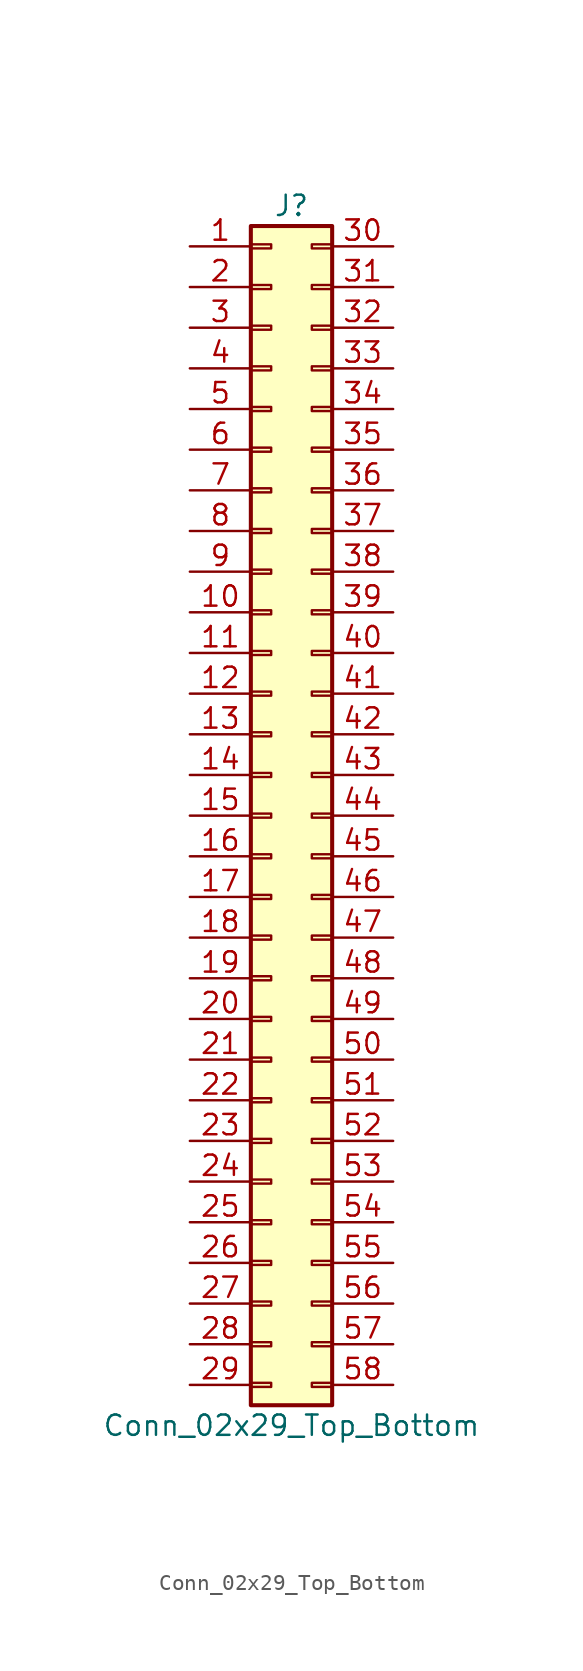
<source format=kicad_sym>
(kicad_symbol_lib
  (version 20211014)
  (generator kicad_symbol_editor)
  (symbol "Conn_02x29_Top_Bottom"
    (pin_names
      (offset 1.016) hide)
    (property "Reference" "J"
      (at 1.27 38.1 0)
      (effects (font (size 1.27 1.27))))
    (property "Value" "Conn_02x29_Top_Bottom"
      (at 1.27 -38.1 0)
      (effects (font (size 1.27 1.27))))
    (symbol "Conn_02x29_Top_Bottom_1_1"
      (rectangle (start -1.27 -35.433) (end 0 -35.687) (stroke (width 0.152) (type default) (color 0 0 0 0)) (fill (type none)))
      (rectangle (start -1.27 -32.893) (end 0 -33.147) (stroke (width 0.152) (type default) (color 0 0 0 0)) (fill (type none)))
      (rectangle (start -1.27 -30.353) (end 0 -30.607) (stroke (width 0.152) (type default) (color 0 0 0 0)) (fill (type none)))
      (rectangle (start -1.27 -27.813) (end 0 -28.067) (stroke (width 0.152) (type default) (color 0 0 0 0)) (fill (type none)))
      (rectangle (start -1.27 -25.273) (end 0 -25.527) (stroke (width 0.152) (type default) (color 0 0 0 0)) (fill (type none)))
      (rectangle (start -1.27 -22.733) (end 0 -22.987) (stroke (width 0.152) (type default) (color 0 0 0 0)) (fill (type none)))
      (rectangle (start -1.27 -20.193) (end 0 -20.447) (stroke (width 0.152) (type default) (color 0 0 0 0)) (fill (type none)))
      (rectangle (start -1.27 -17.653) (end 0 -17.907) (stroke (width 0.152) (type default) (color 0 0 0 0)) (fill (type none)))
      (rectangle (start -1.27 -15.113) (end 0 -15.367) (stroke (width 0.152) (type default) (color 0 0 0 0)) (fill (type none)))
      (rectangle (start -1.27 -12.573) (end 0 -12.827) (stroke (width 0.152) (type default) (color 0 0 0 0)) (fill (type none)))
      (rectangle (start -1.27 -10.033) (end 0 -10.287) (stroke (width 0.152) (type default) (color 0 0 0 0)) (fill (type none)))
      (rectangle (start -1.27 -7.493) (end 0 -7.747) (stroke (width 0.152) (type default) (color 0 0 0 0)) (fill (type none)))
      (rectangle (start -1.27 -4.953) (end 0 -5.207) (stroke (width 0.152) (type default) (color 0 0 0 0)) (fill (type none)))
      (rectangle (start -1.27 -2.413) (end 0 -2.667) (stroke (width 0.152) (type default) (color 0 0 0 0)) (fill (type none)))
      (rectangle (start -1.27 0.127) (end 0 -0.127) (stroke (width 0.152) (type default) (color 0 0 0 0)) (fill (type none)))
      (rectangle (start -1.27 2.667) (end 0 2.413) (stroke (width 0.152) (type default) (color 0 0 0 0)) (fill (type none)))
      (rectangle (start -1.27 5.207) (end 0 4.953) (stroke (width 0.152) (type default) (color 0 0 0 0)) (fill (type none)))
      (rectangle (start -1.27 7.747) (end 0 7.493) (stroke (width 0.152) (type default) (color 0 0 0 0)) (fill (type none)))
      (rectangle (start -1.27 10.287) (end 0 10.033) (stroke (width 0.152) (type default) (color 0 0 0 0)) (fill (type none)))
      (rectangle (start -1.27 12.827) (end 0 12.573) (stroke (width 0.152) (type default) (color 0 0 0 0)) (fill (type none)))
      (rectangle (start -1.27 15.367) (end 0 15.113) (stroke (width 0.152) (type default) (color 0 0 0 0)) (fill (type none)))
      (rectangle (start -1.27 17.907) (end 0 17.653) (stroke (width 0.152) (type default) (color 0 0 0 0)) (fill (type none)))
      (rectangle (start -1.27 20.447) (end 0 20.193) (stroke (width 0.152) (type default) (color 0 0 0 0)) (fill (type none)))
      (rectangle (start -1.27 22.987) (end 0 22.733) (stroke (width 0.152) (type default) (color 0 0 0 0)) (fill (type none)))
      (rectangle (start -1.27 25.527) (end 0 25.273) (stroke (width 0.152) (type default) (color 0 0 0 0)) (fill (type none)))
      (rectangle (start -1.27 28.067) (end 0 27.813) (stroke (width 0.152) (type default) (color 0 0 0 0)) (fill (type none)))
      (rectangle (start -1.27 30.607) (end 0 30.353) (stroke (width 0.152) (type default) (color 0 0 0 0)) (fill (type none)))
      (rectangle (start -1.27 33.147) (end 0 32.893) (stroke (width 0.152) (type default) (color 0 0 0 0)) (fill (type none)))
      (rectangle (start -1.27 35.687) (end 0 35.433) (stroke (width 0.152) (type default) (color 0 0 0 0)) (fill (type none)))
      (rectangle (start -1.27 36.83) (end 3.81 -36.83) (stroke (width 0.254) (type default) (color 0 0 0 0)) (fill (type background)))
      (rectangle (start 3.81 -35.433) (end 2.54 -35.687) (stroke (width 0.152) (type default) (color 0 0 0 0)) (fill (type none)))
      (rectangle (start 3.81 -32.893) (end 2.54 -33.147) (stroke (width 0.152) (type default) (color 0 0 0 0)) (fill (type none)))
      (rectangle (start 3.81 -30.353) (end 2.54 -30.607) (stroke (width 0.152) (type default) (color 0 0 0 0)) (fill (type none)))
      (rectangle (start 3.81 -27.813) (end 2.54 -28.067) (stroke (width 0.152) (type default) (color 0 0 0 0)) (fill (type none)))
      (rectangle (start 3.81 -25.273) (end 2.54 -25.527) (stroke (width 0.152) (type default) (color 0 0 0 0)) (fill (type none)))
      (rectangle (start 3.81 -22.733) (end 2.54 -22.987) (stroke (width 0.152) (type default) (color 0 0 0 0)) (fill (type none)))
      (rectangle (start 3.81 -20.193) (end 2.54 -20.447) (stroke (width 0.152) (type default) (color 0 0 0 0)) (fill (type none)))
      (rectangle (start 3.81 -17.653) (end 2.54 -17.907) (stroke (width 0.152) (type default) (color 0 0 0 0)) (fill (type none)))
      (rectangle (start 3.81 -15.113) (end 2.54 -15.367) (stroke (width 0.152) (type default) (color 0 0 0 0)) (fill (type none)))
      (rectangle (start 3.81 -12.573) (end 2.54 -12.827) (stroke (width 0.152) (type default) (color 0 0 0 0)) (fill (type none)))
      (rectangle (start 3.81 -10.033) (end 2.54 -10.287) (stroke (width 0.152) (type default) (color 0 0 0 0)) (fill (type none)))
      (rectangle (start 3.81 -7.493) (end 2.54 -7.747) (stroke (width 0.152) (type default) (color 0 0 0 0)) (fill (type none)))
      (rectangle (start 3.81 -4.953) (end 2.54 -5.207) (stroke (width 0.152) (type default) (color 0 0 0 0)) (fill (type none)))
      (rectangle (start 3.81 -2.413) (end 2.54 -2.667) (stroke (width 0.152) (type default) (color 0 0 0 0)) (fill (type none)))
      (rectangle (start 3.81 0.127) (end 2.54 -0.127) (stroke (width 0.152) (type default) (color 0 0 0 0)) (fill (type none)))
      (rectangle (start 3.81 2.667) (end 2.54 2.413) (stroke (width 0.152) (type default) (color 0 0 0 0)) (fill (type none)))
      (rectangle (start 3.81 5.207) (end 2.54 4.953) (stroke (width 0.152) (type default) (color 0 0 0 0)) (fill (type none)))
      (rectangle (start 3.81 7.747) (end 2.54 7.493) (stroke (width 0.152) (type default) (color 0 0 0 0)) (fill (type none)))
      (rectangle (start 3.81 10.287) (end 2.54 10.033) (stroke (width 0.152) (type default) (color 0 0 0 0)) (fill (type none)))
      (rectangle (start 3.81 12.827) (end 2.54 12.573) (stroke (width 0.152) (type default) (color 0 0 0 0)) (fill (type none)))
      (rectangle (start 3.81 15.367) (end 2.54 15.113) (stroke (width 0.152) (type default) (color 0 0 0 0)) (fill (type none)))
      (rectangle (start 3.81 17.907) (end 2.54 17.653) (stroke (width 0.152) (type default) (color 0 0 0 0)) (fill (type none)))
      (rectangle (start 3.81 20.447) (end 2.54 20.193) (stroke (width 0.152) (type default) (color 0 0 0 0)) (fill (type none)))
      (rectangle (start 3.81 22.987) (end 2.54 22.733) (stroke (width 0.152) (type default) (color 0 0 0 0)) (fill (type none)))
      (rectangle (start 3.81 25.527) (end 2.54 25.273) (stroke (width 0.152) (type default) (color 0 0 0 0)) (fill (type none)))
      (rectangle (start 3.81 28.067) (end 2.54 27.813) (stroke (width 0.152) (type default) (color 0 0 0 0)) (fill (type none)))
      (rectangle (start 3.81 30.607) (end 2.54 30.353) (stroke (width 0.152) (type default) (color 0 0 0 0)) (fill (type none)))
      (rectangle (start 3.81 33.147) (end 2.54 32.893) (stroke (width 0.152) (type default) (color 0 0 0 0)) (fill (type none)))
      (rectangle (start 3.81 35.687) (end 2.54 35.433) (stroke (width 0.152) (type default) (color 0 0 0 0)) (fill (type none)))
      (pin passive line (at -5.08 35.56 0) (length 3.81) (name "Pin_1" (effects (font (size 1.27 1.27)))) (number "1" (effects (font (size 1.27 1.27)))))
      (pin passive line (at -5.08 12.7 0) (length 3.81) (name "Pin_10" (effects (font (size 1.27 1.27)))) (number "10" (effects (font (size 1.27 1.27)))))
      (pin passive line (at -5.08 10.16 0) (length 3.81) (name "Pin_11" (effects (font (size 1.27 1.27)))) (number "11" (effects (font (size 1.27 1.27)))))
      (pin passive line (at -5.08 7.62 0) (length 3.81) (name "Pin_12" (effects (font (size 1.27 1.27)))) (number "12" (effects (font (size 1.27 1.27)))))
      (pin passive line (at -5.08 5.08 0) (length 3.81) (name "Pin_13" (effects (font (size 1.27 1.27)))) (number "13" (effects (font (size 1.27 1.27)))))
      (pin passive line (at -5.08 2.54 0) (length 3.81) (name "Pin_14" (effects (font (size 1.27 1.27)))) (number "14" (effects (font (size 1.27 1.27)))))
      (pin passive line (at -5.08 0 0) (length 3.81) (name "Pin_15" (effects (font (size 1.27 1.27)))) (number "15" (effects (font (size 1.27 1.27)))))
      (pin passive line (at -5.08 -2.54 0) (length 3.81) (name "Pin_16" (effects (font (size 1.27 1.27)))) (number "16" (effects (font (size 1.27 1.27)))))
      (pin passive line (at -5.08 -5.08 0) (length 3.81) (name "Pin_17" (effects (font (size 1.27 1.27)))) (number "17" (effects (font (size 1.27 1.27)))))
      (pin passive line (at -5.08 -7.62 0) (length 3.81) (name "Pin_18" (effects (font (size 1.27 1.27)))) (number "18" (effects (font (size 1.27 1.27)))))
      (pin passive line (at -5.08 -10.16 0) (length 3.81) (name "Pin_19" (effects (font (size 1.27 1.27)))) (number "19" (effects (font (size 1.27 1.27)))))
      (pin passive line (at -5.08 33.02 0) (length 3.81) (name "Pin_2" (effects (font (size 1.27 1.27)))) (number "2" (effects (font (size 1.27 1.27)))))
      (pin passive line (at -5.08 -12.7 0) (length 3.81) (name "Pin_20" (effects (font (size 1.27 1.27)))) (number "20" (effects (font (size 1.27 1.27)))))
      (pin passive line (at -5.08 -15.24 0) (length 3.81) (name "Pin_21" (effects (font (size 1.27 1.27)))) (number "21" (effects (font (size 1.27 1.27)))))
      (pin passive line (at -5.08 -17.78 0) (length 3.81) (name "Pin_22" (effects (font (size 1.27 1.27)))) (number "22" (effects (font (size 1.27 1.27)))))
      (pin passive line (at -5.08 -20.32 0) (length 3.81) (name "Pin_23" (effects (font (size 1.27 1.27)))) (number "23" (effects (font (size 1.27 1.27)))))
      (pin passive line (at -5.08 -22.86 0) (length 3.81) (name "Pin_24" (effects (font (size 1.27 1.27)))) (number "24" (effects (font (size 1.27 1.27)))))
      (pin passive line (at -5.08 -25.4 0) (length 3.81) (name "Pin_25" (effects (font (size 1.27 1.27)))) (number "25" (effects (font (size 1.27 1.27)))))
      (pin passive line (at -5.08 -27.94 0) (length 3.81) (name "Pin_26" (effects (font (size 1.27 1.27)))) (number "26" (effects (font (size 1.27 1.27)))))
      (pin passive line (at -5.08 -30.48 0) (length 3.81) (name "Pin_27" (effects (font (size 1.27 1.27)))) (number "27" (effects (font (size 1.27 1.27)))))
      (pin passive line (at -5.08 -33.02 0) (length 3.81) (name "Pin_28" (effects (font (size 1.27 1.27)))) (number "28" (effects (font (size 1.27 1.27)))))
      (pin passive line (at -5.08 -35.56 0) (length 3.81) (name "Pin_29" (effects (font (size 1.27 1.27)))) (number "29" (effects (font (size 1.27 1.27)))))
      (pin passive line (at -5.08 30.48 0) (length 3.81) (name "Pin_3" (effects (font (size 1.27 1.27)))) (number "3" (effects (font (size 1.27 1.27)))))
      (pin passive line (at 7.62 35.56 180) (length 3.81) (name "Pin_30" (effects (font (size 1.27 1.27)))) (number "30" (effects (font (size 1.27 1.27)))))
      (pin passive line (at 7.62 33.02 180) (length 3.81) (name "Pin_31" (effects (font (size 1.27 1.27)))) (number "31" (effects (font (size 1.27 1.27)))))
      (pin passive line (at 7.62 30.48 180) (length 3.81) (name "Pin_32" (effects (font (size 1.27 1.27)))) (number "32" (effects (font (size 1.27 1.27)))))
      (pin passive line (at 7.62 27.94 180) (length 3.81) (name "Pin_33" (effects (font (size 1.27 1.27)))) (number "33" (effects (font (size 1.27 1.27)))))
      (pin passive line (at 7.62 25.4 180) (length 3.81) (name "Pin_34" (effects (font (size 1.27 1.27)))) (number "34" (effects (font (size 1.27 1.27)))))
      (pin passive line (at 7.62 22.86 180) (length 3.81) (name "Pin_35" (effects (font (size 1.27 1.27)))) (number "35" (effects (font (size 1.27 1.27)))))
      (pin passive line (at 7.62 20.32 180) (length 3.81) (name "Pin_36" (effects (font (size 1.27 1.27)))) (number "36" (effects (font (size 1.27 1.27)))))
      (pin passive line (at 7.62 17.78 180) (length 3.81) (name "Pin_37" (effects (font (size 1.27 1.27)))) (number "37" (effects (font (size 1.27 1.27)))))
      (pin passive line (at 7.62 15.24 180) (length 3.81) (name "Pin_38" (effects (font (size 1.27 1.27)))) (number "38" (effects (font (size 1.27 1.27)))))
      (pin passive line (at 7.62 12.7 180) (length 3.81) (name "Pin_39" (effects (font (size 1.27 1.27)))) (number "39" (effects (font (size 1.27 1.27)))))
      (pin passive line (at -5.08 27.94 0) (length 3.81) (name "Pin_4" (effects (font (size 1.27 1.27)))) (number "4" (effects (font (size 1.27 1.27)))))
      (pin passive line (at 7.62 10.16 180) (length 3.81) (name "Pin_40" (effects (font (size 1.27 1.27)))) (number "40" (effects (font (size 1.27 1.27)))))
      (pin passive line (at 7.62 7.62 180) (length 3.81) (name "Pin_41" (effects (font (size 1.27 1.27)))) (number "41" (effects (font (size 1.27 1.27)))))
      (pin passive line (at 7.62 5.08 180) (length 3.81) (name "Pin_42" (effects (font (size 1.27 1.27)))) (number "42" (effects (font (size 1.27 1.27)))))
      (pin passive line (at 7.62 2.54 180) (length 3.81) (name "Pin_43" (effects (font (size 1.27 1.27)))) (number "43" (effects (font (size 1.27 1.27)))))
      (pin passive line (at 7.62 0 180) (length 3.81) (name "Pin_44" (effects (font (size 1.27 1.27)))) (number "44" (effects (font (size 1.27 1.27)))))
      (pin passive line (at 7.62 -2.54 180) (length 3.81) (name "Pin_45" (effects (font (size 1.27 1.27)))) (number "45" (effects (font (size 1.27 1.27)))))
      (pin passive line (at 7.62 -5.08 180) (length 3.81) (name "Pin_46" (effects (font (size 1.27 1.27)))) (number "46" (effects (font (size 1.27 1.27)))))
      (pin passive line (at 7.62 -7.62 180) (length 3.81) (name "Pin_47" (effects (font (size 1.27 1.27)))) (number "47" (effects (font (size 1.27 1.27)))))
      (pin passive line (at 7.62 -10.16 180) (length 3.81) (name "Pin_48" (effects (font (size 1.27 1.27)))) (number "48" (effects (font (size 1.27 1.27)))))
      (pin passive line (at 7.62 -12.7 180) (length 3.81) (name "Pin_49" (effects (font (size 1.27 1.27)))) (number "49" (effects (font (size 1.27 1.27)))))
      (pin passive line (at -5.08 25.4 0) (length 3.81) (name "Pin_5" (effects (font (size 1.27 1.27)))) (number "5" (effects (font (size 1.27 1.27)))))
      (pin passive line (at 7.62 -15.24 180) (length 3.81) (name "Pin_50" (effects (font (size 1.27 1.27)))) (number "50" (effects (font (size 1.27 1.27)))))
      (pin passive line (at 7.62 -17.78 180) (length 3.81) (name "Pin_51" (effects (font (size 1.27 1.27)))) (number "51" (effects (font (size 1.27 1.27)))))
      (pin passive line (at 7.62 -20.32 180) (length 3.81) (name "Pin_52" (effects (font (size 1.27 1.27)))) (number "52" (effects (font (size 1.27 1.27)))))
      (pin passive line (at 7.62 -22.86 180) (length 3.81) (name "Pin_53" (effects (font (size 1.27 1.27)))) (number "53" (effects (font (size 1.27 1.27)))))
      (pin passive line (at 7.62 -25.4 180) (length 3.81) (name "Pin_54" (effects (font (size 1.27 1.27)))) (number "54" (effects (font (size 1.27 1.27)))))
      (pin passive line (at 7.62 -27.94 180) (length 3.81) (name "Pin_55" (effects (font (size 1.27 1.27)))) (number "55" (effects (font (size 1.27 1.27)))))
      (pin passive line (at 7.62 -30.48 180) (length 3.81) (name "Pin_56" (effects (font (size 1.27 1.27)))) (number "56" (effects (font (size 1.27 1.27)))))
      (pin passive line (at 7.62 -33.02 180) (length 3.81) (name "Pin_57" (effects (font (size 1.27 1.27)))) (number "57" (effects (font (size 1.27 1.27)))))
      (pin passive line (at 7.62 -35.56 180) (length 3.81) (name "Pin_58" (effects (font (size 1.27 1.27)))) (number "58" (effects (font (size 1.27 1.27)))))
      (pin passive line (at -5.08 22.86 0) (length 3.81) (name "Pin_6" (effects (font (size 1.27 1.27)))) (number "6" (effects (font (size 1.27 1.27)))))
      (pin passive line (at -5.08 20.32 0) (length 3.81) (name "Pin_7" (effects (font (size 1.27 1.27)))) (number "7" (effects (font (size 1.27 1.27)))))
      (pin passive line (at -5.08 17.78 0) (length 3.81) (name "Pin_8" (effects (font (size 1.27 1.27)))) (number "8" (effects (font (size 1.27 1.27)))))
      (pin passive line (at -5.08 15.24 0) (length 3.81) (name "Pin_9" (effects (font (size 1.27 1.27)))) (number "9" (effects (font (size 1.27 1.27))))))))
</source>
